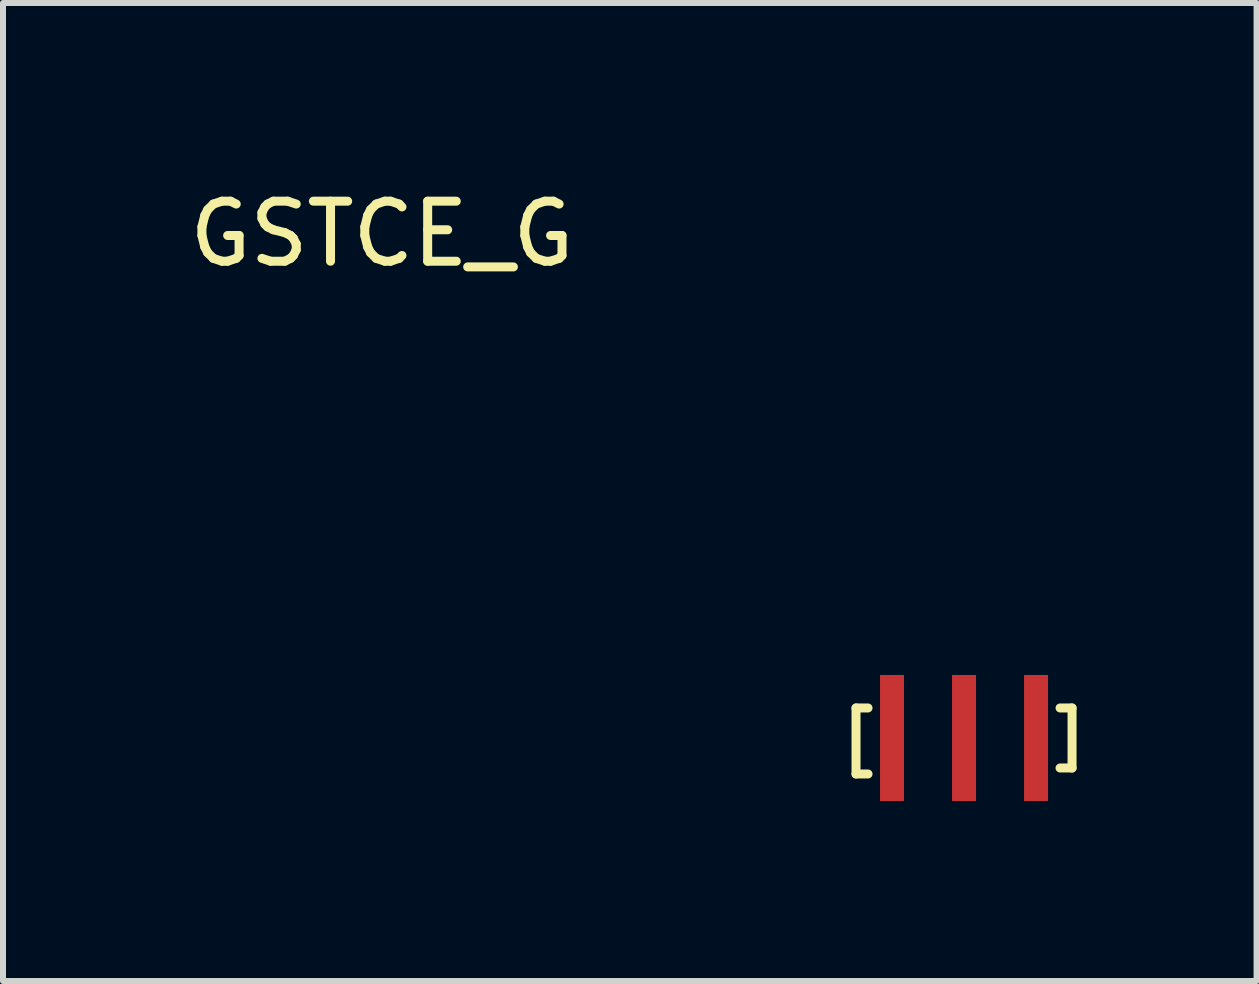
<source format=kicad_pcb>
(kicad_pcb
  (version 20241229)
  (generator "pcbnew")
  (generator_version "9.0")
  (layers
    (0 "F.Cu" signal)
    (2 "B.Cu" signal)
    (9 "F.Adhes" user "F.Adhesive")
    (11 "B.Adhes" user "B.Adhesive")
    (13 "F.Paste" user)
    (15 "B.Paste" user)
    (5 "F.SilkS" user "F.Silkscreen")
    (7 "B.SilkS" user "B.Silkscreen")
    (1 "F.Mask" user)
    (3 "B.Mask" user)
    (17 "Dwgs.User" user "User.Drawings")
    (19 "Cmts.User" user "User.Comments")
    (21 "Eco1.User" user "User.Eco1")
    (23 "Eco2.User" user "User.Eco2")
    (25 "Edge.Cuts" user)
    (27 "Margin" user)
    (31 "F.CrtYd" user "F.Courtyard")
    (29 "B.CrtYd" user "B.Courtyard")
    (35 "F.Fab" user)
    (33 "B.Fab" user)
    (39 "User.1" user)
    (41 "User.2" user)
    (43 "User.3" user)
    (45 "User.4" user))
  (footprint "GSTCE_G"
    (layer "F.Cu")
    (at 13.015 9.248)
    (property "Reference" "GSTCE_G" (at -9.7 -8.4 0) (layer "F.SilkS") (effects (font (size 1 1) (thickness 0.15))))
    (attr through_hole)
    (fp_line (start -1.8 -0.5) (end -1.6 -0.5) (stroke (width 0.15) (type solid)) (layer "F.SilkS"))
    (fp_line (start -1.8 0.6) (end -1.8 -0.5) (stroke (width 0.15) (type solid)) (layer "F.SilkS"))
    (fp_line (start -1.6 0.6) (end -1.8 0.6) (stroke (width 0.15) (type solid)) (layer "F.SilkS"))
    (fp_line (start 1.6 -0.5) (end 1.8 -0.5) (stroke (width 0.15) (type solid)) (layer "F.SilkS"))
    (fp_line (start 1.8 -0.5) (end 1.8 0.5) (stroke (width 0.15) (type solid)) (layer "F.SilkS"))
    (fp_line (start 1.8 0.5) (end 1.6 0.5) (stroke (width 0.15) (type solid)) (layer "F.SilkS"))
    (pad "1" smd rect (at 1.2 0) (size 0.4 2.1) (layers "F.Cu" "F.Mask" "F.Paste"))
    (pad "2" smd rect (at 0 0) (size 0.4 2.1) (layers "F.Cu" "F.Mask" "F.Paste"))
    (pad "3" smd rect (at -1.2 0) (size 0.4 2.1) (layers "F.Cu" "F.Mask" "F.Paste")))
  (gr_rect
    (start -3 -3)
    (end 17.89 13.298)
    (stroke (width 0.1) (type default))
    (fill no)
    (layer "Edge.Cuts")))
</source>
